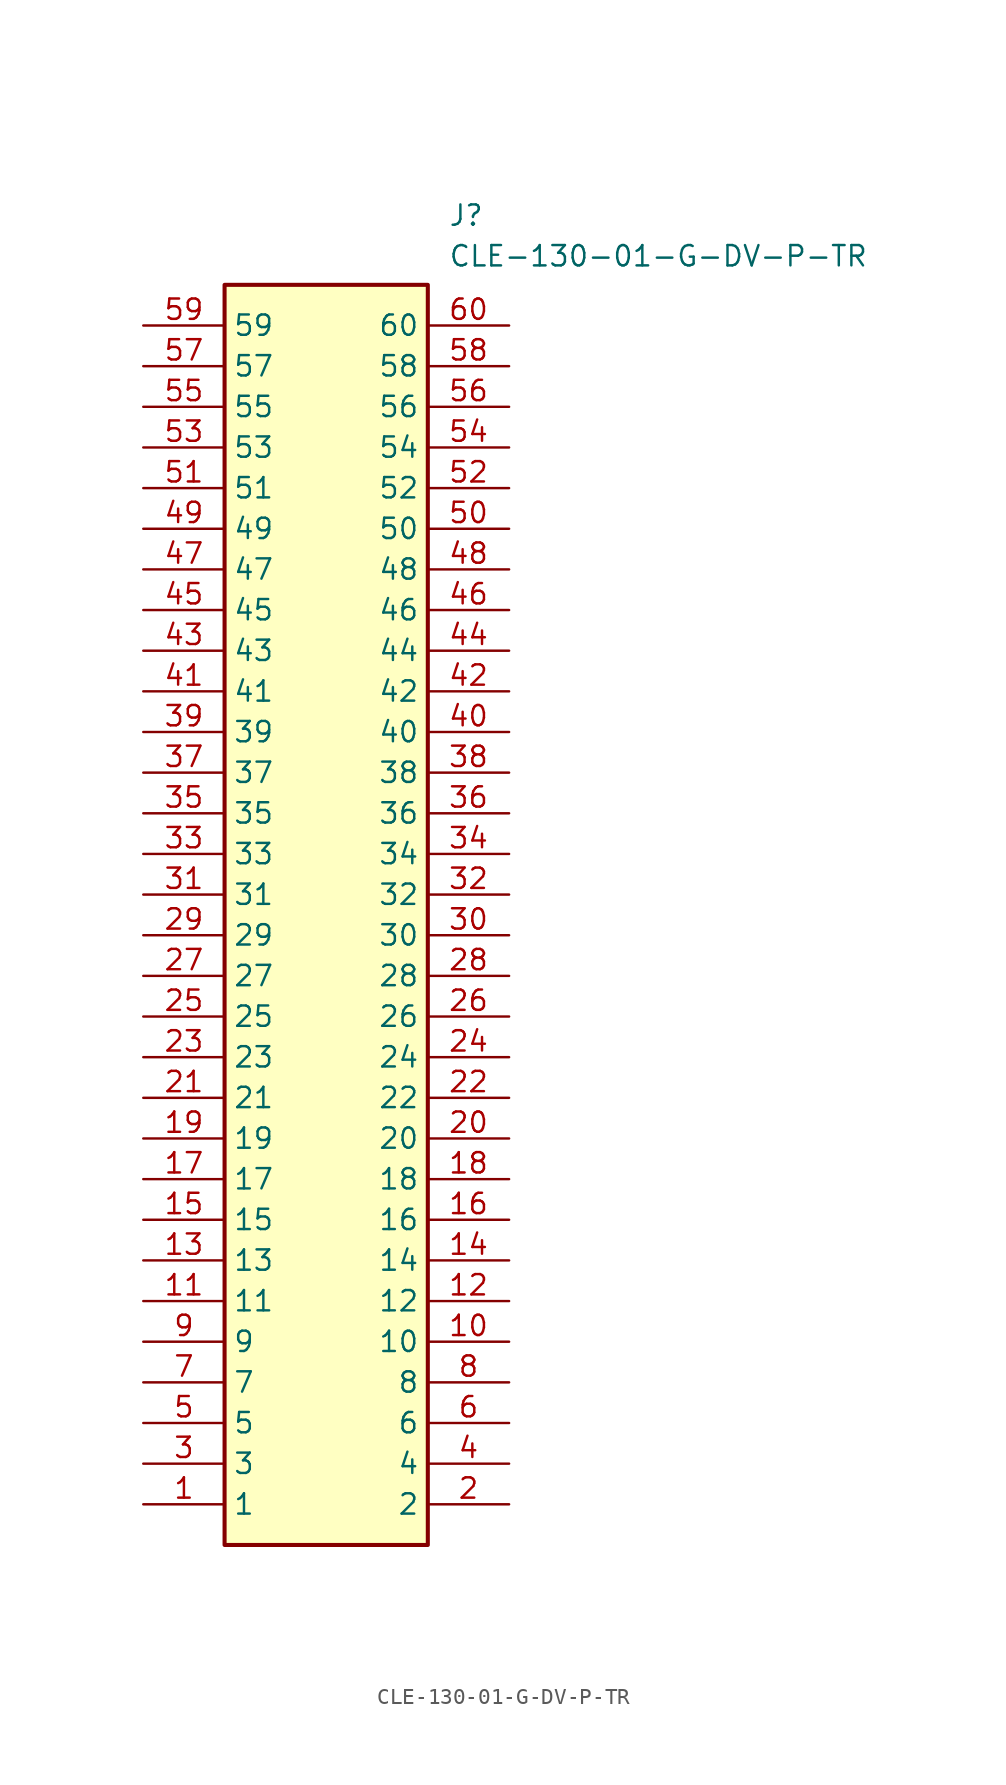
<source format=kicad_sym>
(kicad_symbol_lib
  (version 20241209)
  (generator "kicad_symbol_editor")
  (generator_version "9.0")
  (symbol "CLE-130-01-G-DV-P-TR"
    (property "Reference" "J"
      (at 19.05 7.62 0)
      (effects (font (size 1.27 1.27)) (justify left top)))
    (property "Value" "CLE-130-01-G-DV-P-TR"
      (at 19.05 5.08 0)
      (effects (font (size 1.27 1.27)) (justify left top)))
    (symbol "CLE-130-01-G-DV-P-TR_1_1"
      (rectangle (start 5.08 2.54) (end 17.78 -76.2) (stroke (width 0.254) (type default)) (fill (type background)))
      (pin passive line (at 0 0 0) (length 5.08) (name "59" (effects (font (size 1.27 1.27)))) (number "59" (effects (font (size 1.27 1.27)))))
      (pin passive line (at 0 -2.54 0) (length 5.08) (name "57" (effects (font (size 1.27 1.27)))) (number "57" (effects (font (size 1.27 1.27)))))
      (pin passive line (at 0 -5.08 0) (length 5.08) (name "55" (effects (font (size 1.27 1.27)))) (number "55" (effects (font (size 1.27 1.27)))))
      (pin passive line (at 0 -7.62 0) (length 5.08) (name "53" (effects (font (size 1.27 1.27)))) (number "53" (effects (font (size 1.27 1.27)))))
      (pin passive line (at 0 -10.16 0) (length 5.08) (name "51" (effects (font (size 1.27 1.27)))) (number "51" (effects (font (size 1.27 1.27)))))
      (pin passive line (at 0 -12.7 0) (length 5.08) (name "49" (effects (font (size 1.27 1.27)))) (number "49" (effects (font (size 1.27 1.27)))))
      (pin passive line (at 0 -15.24 0) (length 5.08) (name "47" (effects (font (size 1.27 1.27)))) (number "47" (effects (font (size 1.27 1.27)))))
      (pin passive line (at 0 -17.78 0) (length 5.08) (name "45" (effects (font (size 1.27 1.27)))) (number "45" (effects (font (size 1.27 1.27)))))
      (pin passive line (at 0 -20.32 0) (length 5.08) (name "43" (effects (font (size 1.27 1.27)))) (number "43" (effects (font (size 1.27 1.27)))))
      (pin passive line (at 0 -22.86 0) (length 5.08) (name "41" (effects (font (size 1.27 1.27)))) (number "41" (effects (font (size 1.27 1.27)))))
      (pin passive line (at 0 -25.4 0) (length 5.08) (name "39" (effects (font (size 1.27 1.27)))) (number "39" (effects (font (size 1.27 1.27)))))
      (pin passive line (at 0 -27.94 0) (length 5.08) (name "37" (effects (font (size 1.27 1.27)))) (number "37" (effects (font (size 1.27 1.27)))))
      (pin passive line (at 0 -30.48 0) (length 5.08) (name "35" (effects (font (size 1.27 1.27)))) (number "35" (effects (font (size 1.27 1.27)))))
      (pin passive line (at 0 -33.02 0) (length 5.08) (name "33" (effects (font (size 1.27 1.27)))) (number "33" (effects (font (size 1.27 1.27)))))
      (pin passive line (at 0 -35.56 0) (length 5.08) (name "31" (effects (font (size 1.27 1.27)))) (number "31" (effects (font (size 1.27 1.27)))))
      (pin passive line (at 0 -38.1 0) (length 5.08) (name "29" (effects (font (size 1.27 1.27)))) (number "29" (effects (font (size 1.27 1.27)))))
      (pin passive line (at 0 -40.64 0) (length 5.08) (name "27" (effects (font (size 1.27 1.27)))) (number "27" (effects (font (size 1.27 1.27)))))
      (pin passive line (at 0 -43.18 0) (length 5.08) (name "25" (effects (font (size 1.27 1.27)))) (number "25" (effects (font (size 1.27 1.27)))))
      (pin passive line (at 0 -45.72 0) (length 5.08) (name "23" (effects (font (size 1.27 1.27)))) (number "23" (effects (font (size 1.27 1.27)))))
      (pin passive line (at 0 -48.26 0) (length 5.08) (name "21" (effects (font (size 1.27 1.27)))) (number "21" (effects (font (size 1.27 1.27)))))
      (pin passive line (at 0 -50.8 0) (length 5.08) (name "19" (effects (font (size 1.27 1.27)))) (number "19" (effects (font (size 1.27 1.27)))))
      (pin passive line (at 0 -53.34 0) (length 5.08) (name "17" (effects (font (size 1.27 1.27)))) (number "17" (effects (font (size 1.27 1.27)))))
      (pin passive line (at 0 -55.88 0) (length 5.08) (name "15" (effects (font (size 1.27 1.27)))) (number "15" (effects (font (size 1.27 1.27)))))
      (pin passive line (at 0 -58.42 0) (length 5.08) (name "13" (effects (font (size 1.27 1.27)))) (number "13" (effects (font (size 1.27 1.27)))))
      (pin passive line (at 0 -60.96 0) (length 5.08) (name "11" (effects (font (size 1.27 1.27)))) (number "11" (effects (font (size 1.27 1.27)))))
      (pin passive line (at 0 -63.5 0) (length 5.08) (name "9" (effects (font (size 1.27 1.27)))) (number "9" (effects (font (size 1.27 1.27)))))
      (pin passive line (at 0 -66.04 0) (length 5.08) (name "7" (effects (font (size 1.27 1.27)))) (number "7" (effects (font (size 1.27 1.27)))))
      (pin passive line (at 0 -68.58 0) (length 5.08) (name "5" (effects (font (size 1.27 1.27)))) (number "5" (effects (font (size 1.27 1.27)))))
      (pin passive line (at 0 -71.12 0) (length 5.08) (name "3" (effects (font (size 1.27 1.27)))) (number "3" (effects (font (size 1.27 1.27)))))
      (pin passive line (at 0 -73.66 0) (length 5.08) (name "1" (effects (font (size 1.27 1.27)))) (number "1" (effects (font (size 1.27 1.27)))))
      (pin passive line (at 22.86 0 180) (length 5.08) (name "60" (effects (font (size 1.27 1.27)))) (number "60" (effects (font (size 1.27 1.27)))))
      (pin passive line (at 22.86 -2.54 180) (length 5.08) (name "58" (effects (font (size 1.27 1.27)))) (number "58" (effects (font (size 1.27 1.27)))))
      (pin passive line (at 22.86 -5.08 180) (length 5.08) (name "56" (effects (font (size 1.27 1.27)))) (number "56" (effects (font (size 1.27 1.27)))))
      (pin passive line (at 22.86 -7.62 180) (length 5.08) (name "54" (effects (font (size 1.27 1.27)))) (number "54" (effects (font (size 1.27 1.27)))))
      (pin passive line (at 22.86 -10.16 180) (length 5.08) (name "52" (effects (font (size 1.27 1.27)))) (number "52" (effects (font (size 1.27 1.27)))))
      (pin passive line (at 22.86 -12.7 180) (length 5.08) (name "50" (effects (font (size 1.27 1.27)))) (number "50" (effects (font (size 1.27 1.27)))))
      (pin passive line (at 22.86 -15.24 180) (length 5.08) (name "48" (effects (font (size 1.27 1.27)))) (number "48" (effects (font (size 1.27 1.27)))))
      (pin passive line (at 22.86 -17.78 180) (length 5.08) (name "46" (effects (font (size 1.27 1.27)))) (number "46" (effects (font (size 1.27 1.27)))))
      (pin passive line (at 22.86 -20.32 180) (length 5.08) (name "44" (effects (font (size 1.27 1.27)))) (number "44" (effects (font (size 1.27 1.27)))))
      (pin passive line (at 22.86 -22.86 180) (length 5.08) (name "42" (effects (font (size 1.27 1.27)))) (number "42" (effects (font (size 1.27 1.27)))))
      (pin passive line (at 22.86 -25.4 180) (length 5.08) (name "40" (effects (font (size 1.27 1.27)))) (number "40" (effects (font (size 1.27 1.27)))))
      (pin passive line (at 22.86 -27.94 180) (length 5.08) (name "38" (effects (font (size 1.27 1.27)))) (number "38" (effects (font (size 1.27 1.27)))))
      (pin passive line (at 22.86 -30.48 180) (length 5.08) (name "36" (effects (font (size 1.27 1.27)))) (number "36" (effects (font (size 1.27 1.27)))))
      (pin passive line (at 22.86 -33.02 180) (length 5.08) (name "34" (effects (font (size 1.27 1.27)))) (number "34" (effects (font (size 1.27 1.27)))))
      (pin passive line (at 22.86 -35.56 180) (length 5.08) (name "32" (effects (font (size 1.27 1.27)))) (number "32" (effects (font (size 1.27 1.27)))))
      (pin passive line (at 22.86 -38.1 180) (length 5.08) (name "30" (effects (font (size 1.27 1.27)))) (number "30" (effects (font (size 1.27 1.27)))))
      (pin passive line (at 22.86 -40.64 180) (length 5.08) (name "28" (effects (font (size 1.27 1.27)))) (number "28" (effects (font (size 1.27 1.27)))))
      (pin passive line (at 22.86 -43.18 180) (length 5.08) (name "26" (effects (font (size 1.27 1.27)))) (number "26" (effects (font (size 1.27 1.27)))))
      (pin passive line (at 22.86 -45.72 180) (length 5.08) (name "24" (effects (font (size 1.27 1.27)))) (number "24" (effects (font (size 1.27 1.27)))))
      (pin passive line (at 22.86 -48.26 180) (length 5.08) (name "22" (effects (font (size 1.27 1.27)))) (number "22" (effects (font (size 1.27 1.27)))))
      (pin passive line (at 22.86 -50.8 180) (length 5.08) (name "20" (effects (font (size 1.27 1.27)))) (number "20" (effects (font (size 1.27 1.27)))))
      (pin passive line (at 22.86 -53.34 180) (length 5.08) (name "18" (effects (font (size 1.27 1.27)))) (number "18" (effects (font (size 1.27 1.27)))))
      (pin passive line (at 22.86 -55.88 180) (length 5.08) (name "16" (effects (font (size 1.27 1.27)))) (number "16" (effects (font (size 1.27 1.27)))))
      (pin passive line (at 22.86 -58.42 180) (length 5.08) (name "14" (effects (font (size 1.27 1.27)))) (number "14" (effects (font (size 1.27 1.27)))))
      (pin passive line (at 22.86 -60.96 180) (length 5.08) (name "12" (effects (font (size 1.27 1.27)))) (number "12" (effects (font (size 1.27 1.27)))))
      (pin passive line (at 22.86 -63.5 180) (length 5.08) (name "10" (effects (font (size 1.27 1.27)))) (number "10" (effects (font (size 1.27 1.27)))))
      (pin passive line (at 22.86 -66.04 180) (length 5.08) (name "8" (effects (font (size 1.27 1.27)))) (number "8" (effects (font (size 1.27 1.27)))))
      (pin passive line (at 22.86 -68.58 180) (length 5.08) (name "6" (effects (font (size 1.27 1.27)))) (number "6" (effects (font (size 1.27 1.27)))))
      (pin passive line (at 22.86 -71.12 180) (length 5.08) (name "4" (effects (font (size 1.27 1.27)))) (number "4" (effects (font (size 1.27 1.27)))))
      (pin passive line (at 22.86 -73.66 180) (length 5.08) (name "2" (effects (font (size 1.27 1.27)))) (number "2" (effects (font (size 1.27 1.27))))))))
</source>
